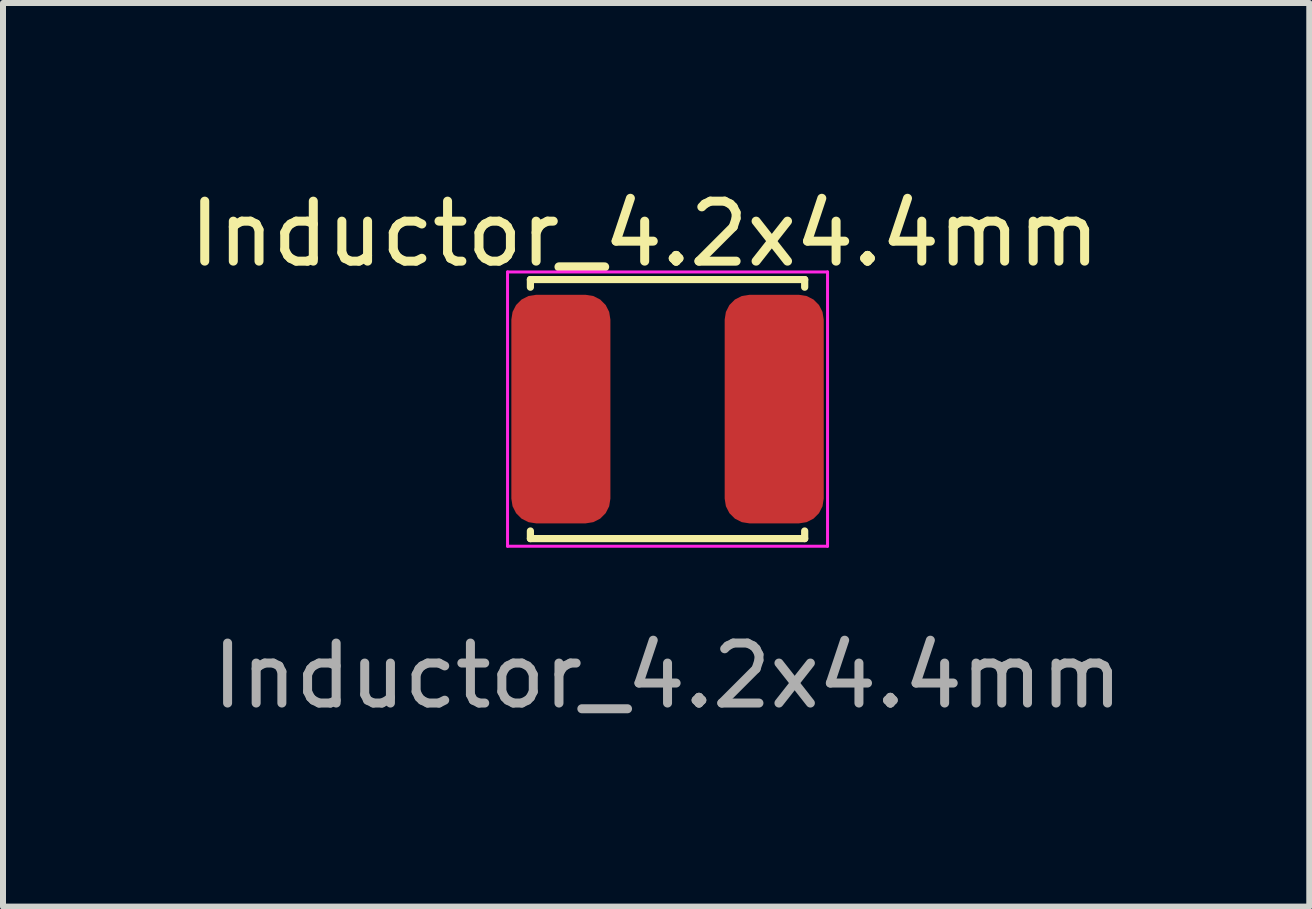
<source format=kicad_pcb>
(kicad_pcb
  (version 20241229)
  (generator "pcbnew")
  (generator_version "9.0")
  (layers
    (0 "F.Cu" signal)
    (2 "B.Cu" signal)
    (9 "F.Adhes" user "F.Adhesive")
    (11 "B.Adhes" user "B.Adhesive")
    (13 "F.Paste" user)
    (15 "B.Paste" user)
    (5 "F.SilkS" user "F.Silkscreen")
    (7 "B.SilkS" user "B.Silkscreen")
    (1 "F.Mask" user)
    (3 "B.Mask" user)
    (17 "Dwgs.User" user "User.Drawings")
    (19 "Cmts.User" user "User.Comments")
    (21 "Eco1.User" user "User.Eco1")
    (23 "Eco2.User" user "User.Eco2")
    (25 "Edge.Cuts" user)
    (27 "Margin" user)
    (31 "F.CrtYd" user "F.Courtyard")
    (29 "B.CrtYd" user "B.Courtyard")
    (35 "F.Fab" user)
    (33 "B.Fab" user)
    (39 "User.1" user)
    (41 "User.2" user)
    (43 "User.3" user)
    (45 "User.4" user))
  (footprint "Inductor_4.2x4.4mm"
    (layer "F.Cu")
    (at 8.077 3.769)
    (property "Reference" "Inductor_4.2x4.4mm" (at -0.381 -2.921 0) (unlocked yes) (layer "F.SilkS") (effects (font (size 1 1) (thickness 0.15))))
    (attr smd)
    (fp_line (start -2.286 -2.159) (end -2.286 -2.032) (stroke (width 0.12) (type default)) (layer "F.SilkS"))
    (fp_line (start -2.286 -2.159) (end 2.286 -2.159) (stroke (width 0.12) (type default)) (layer "F.SilkS"))
    (fp_line (start -2.286 2.159) (end -2.286 2.032) (stroke (width 0.12) (type default)) (layer "F.SilkS"))
    (fp_line (start -2.286 2.159) (end 2.286 2.159) (stroke (width 0.12) (type default)) (layer "F.SilkS"))
    (fp_line (start 2.286 -2.159) (end 2.286 -2.032) (stroke (width 0.12) (type default)) (layer "F.SilkS"))
    (fp_line (start 2.286 2.159) (end 2.286 2.032) (stroke (width 0.12) (type default)) (layer "F.SilkS"))
    (fp_line (start -2.667 -2.286) (end -2.667 2.286) (stroke (width 0.05) (type default)) (layer "F.CrtYd"))
    (fp_line (start -2.667 2.286) (end 2.667 2.286) (stroke (width 0.05) (type default)) (layer "F.CrtYd"))
    (fp_line (start 2.667 -2.286) (end -2.667 -2.286) (stroke (width 0.05) (type default)) (layer "F.CrtYd"))
    (fp_line (start 2.667 2.286) (end 2.667 -2.286) (stroke (width 0.05) (type default)) (layer "F.CrtYd"))
    (fp_text user "${REFERENCE}" (at 0 4.445 0) (unlocked yes) (layer "F.Fab") (effects (font (size 1 1) (thickness 0.15))))
    (pad "1" smd roundrect (at -1.778 0) (size 1.651 3.81) (layers "F.Cu" "F.Mask" "F.Paste") (roundrect_rratio 0.25))
    (pad "2" smd roundrect (at 1.778 0) (size 1.651 3.81) (layers "F.Cu" "F.Mask" "F.Paste") (roundrect_rratio 0.25)))
  (gr_rect
    (start -3 -3)
    (end 18.774 12.062)
    (stroke (width 0.1) (type default))
    (fill no)
    (layer "Edge.Cuts")))
</source>
